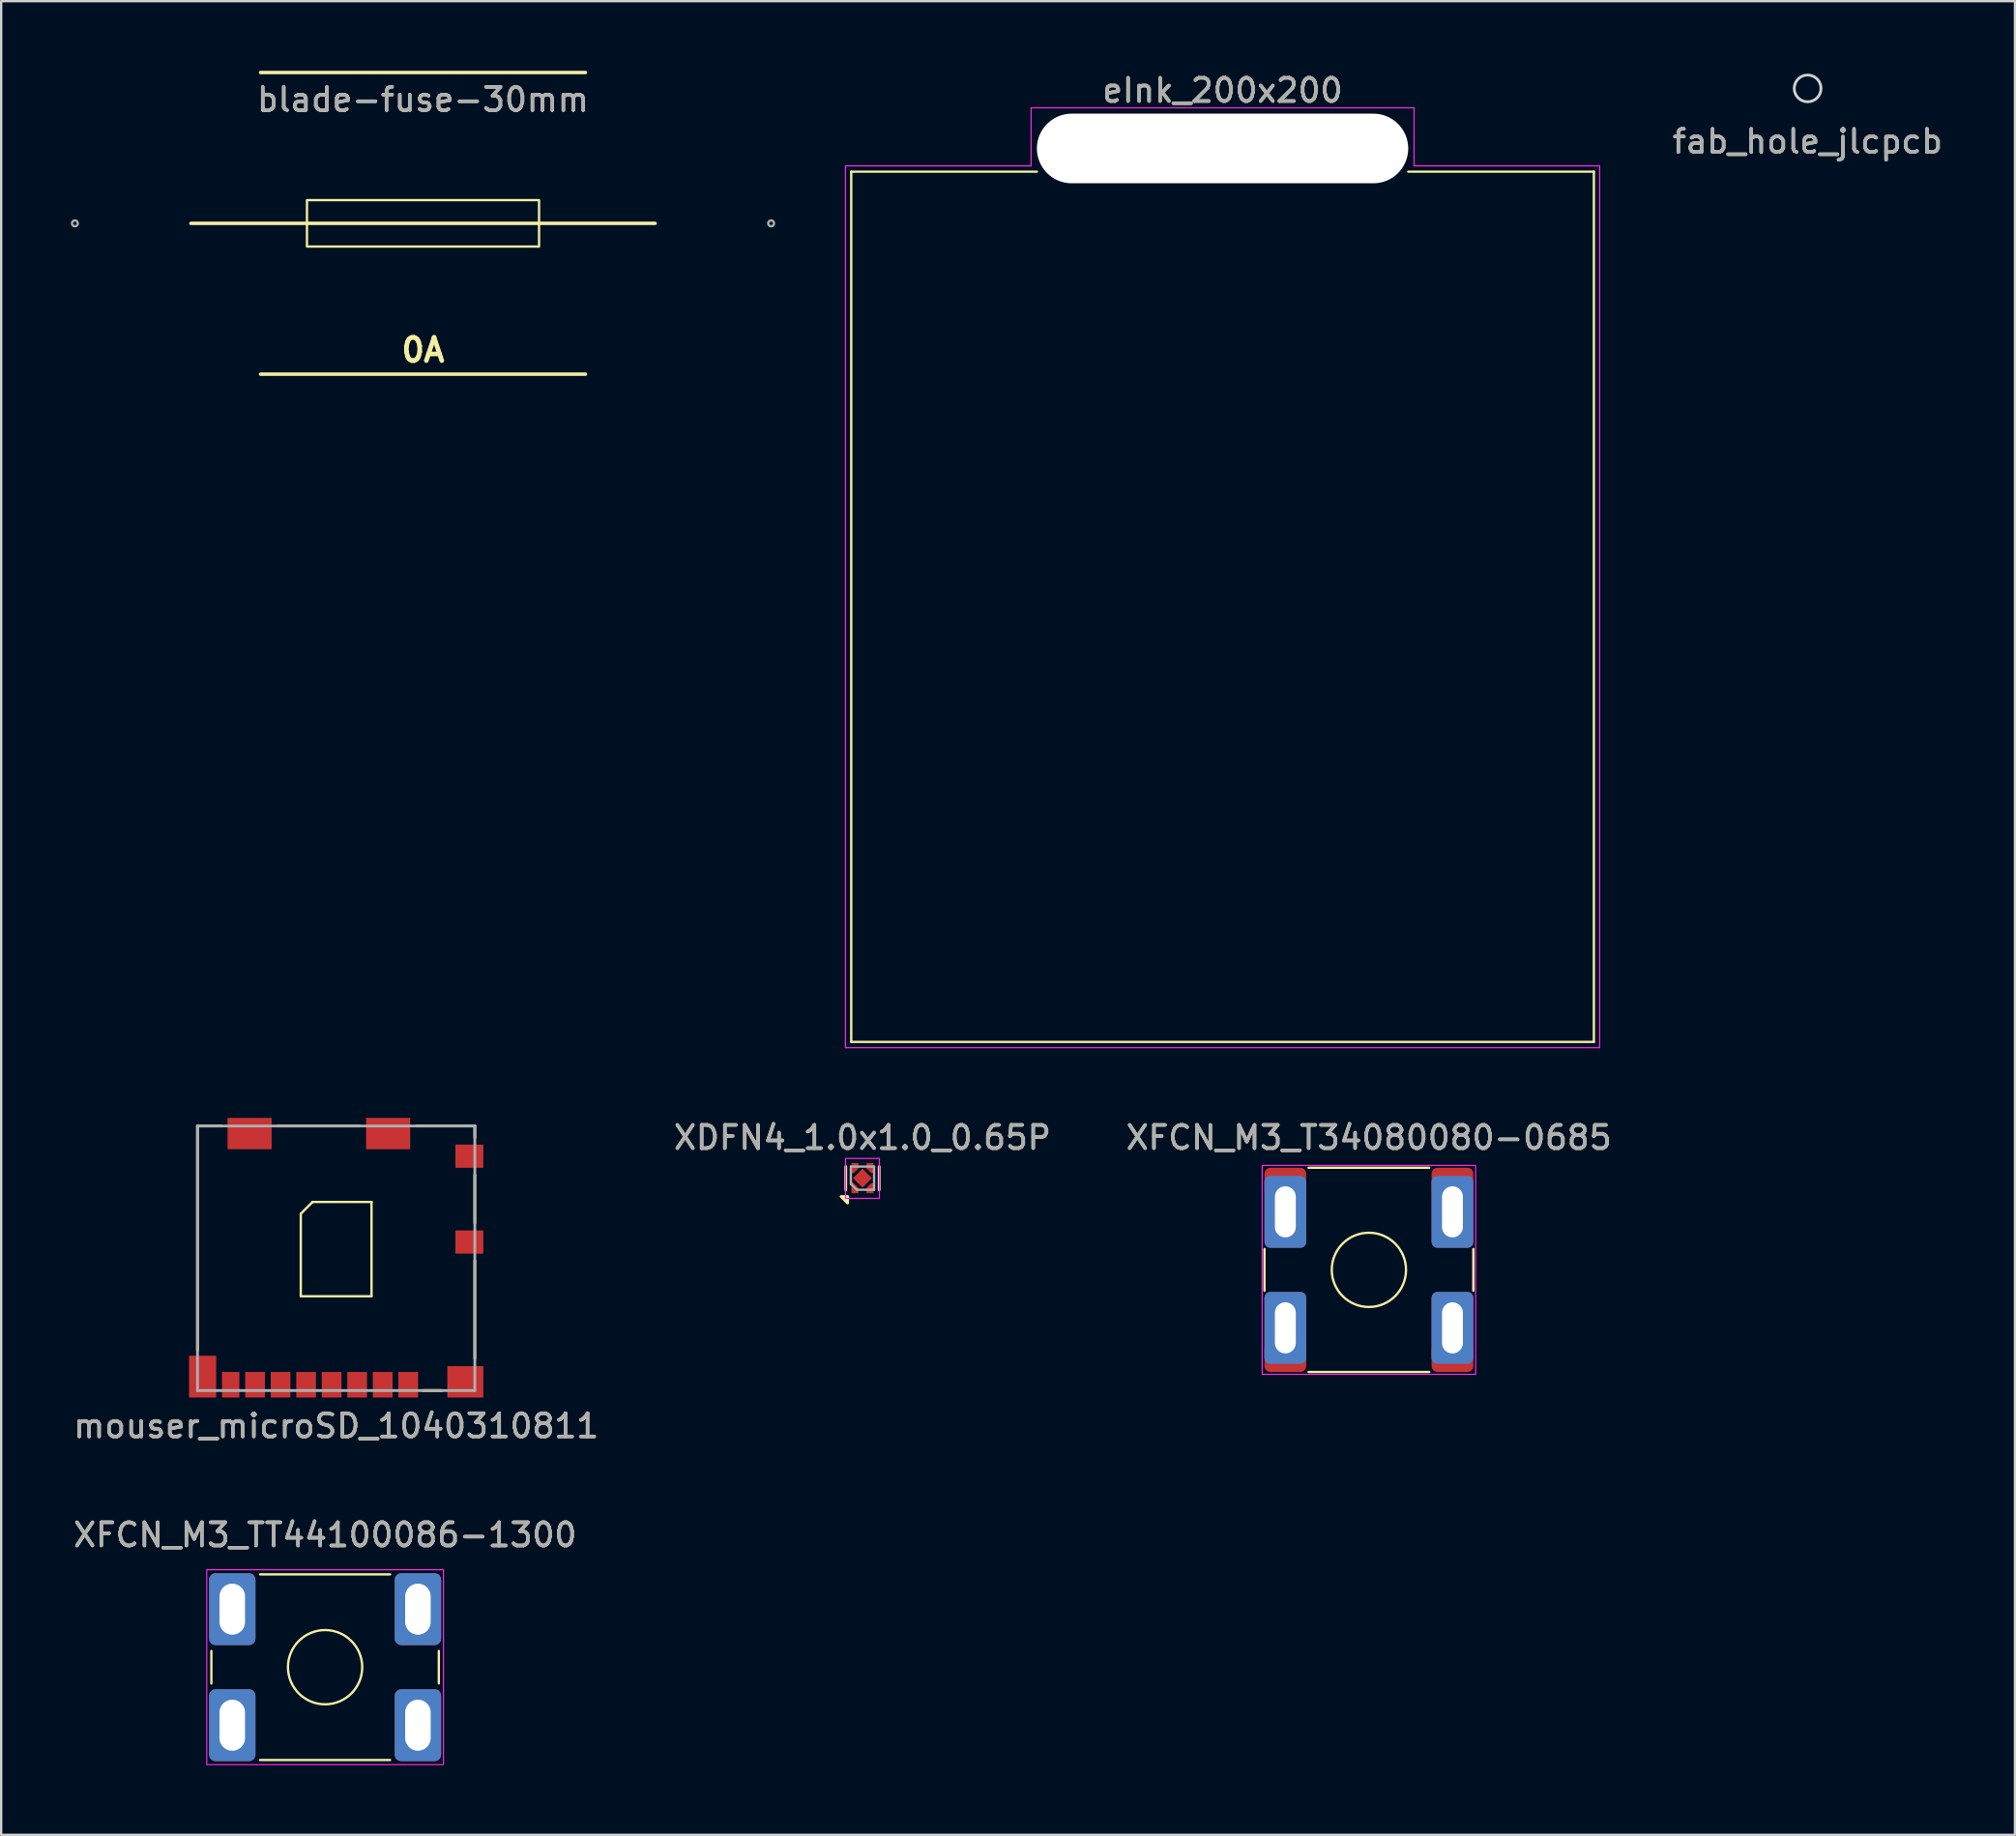
<source format=kicad_pcb>
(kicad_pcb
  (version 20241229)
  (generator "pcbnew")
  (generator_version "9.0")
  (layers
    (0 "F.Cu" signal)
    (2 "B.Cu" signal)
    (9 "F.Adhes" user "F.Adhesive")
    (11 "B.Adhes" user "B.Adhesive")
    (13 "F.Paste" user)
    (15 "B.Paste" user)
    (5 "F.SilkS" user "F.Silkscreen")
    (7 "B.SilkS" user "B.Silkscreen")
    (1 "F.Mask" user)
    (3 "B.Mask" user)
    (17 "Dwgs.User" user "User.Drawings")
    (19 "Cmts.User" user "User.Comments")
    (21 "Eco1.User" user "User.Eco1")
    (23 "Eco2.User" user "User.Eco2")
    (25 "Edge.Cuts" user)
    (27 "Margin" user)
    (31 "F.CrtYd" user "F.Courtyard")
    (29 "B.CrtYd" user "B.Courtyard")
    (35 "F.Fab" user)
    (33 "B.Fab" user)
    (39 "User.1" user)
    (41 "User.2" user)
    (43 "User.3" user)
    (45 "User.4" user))
  (footprint "XFCN_M3_T34080080-0685"
    (layer "F.Cu")
    (at 55.935 51.672)
    (property "Reference" "XFCN_M3_T34080080-0685" (at 0 -5.7 0) (unlocked yes) (layer "F.SilkS") (effects (font (size 1 1) (thickness 0.15))))
    (attr through_hole)
    (fp_line (start -4.5 0.9) (end -4.5 -0.9) (stroke (width 0.1) (type default)) (layer "F.SilkS"))
    (fp_line (start -2.6 -4.4) (end 2.6 -4.4) (stroke (width 0.1) (type default)) (layer "F.SilkS"))
    (fp_line (start 2.6 4.4) (end -2.6 4.4) (stroke (width 0.1) (type default)) (layer "F.SilkS"))
    (fp_line (start 4.5 -0.9) (end 4.5 0.9) (stroke (width 0.1) (type default)) (layer "F.SilkS"))
    (fp_circle (center 0 0) (end 0 -1.6) (stroke (width 0.1) (type default)) (fill no) (layer "F.SilkS"))
    (fp_rect (start -4.6 -4.5) (end 4.6 4.5) (stroke (width 0.05) (type default)) (fill no) (layer "F.CrtYd"))
    (fp_text user "${REFERENCE}" (at 0 -5.7 0) (unlocked yes) (layer "F.Fab") (effects (font (size 1 1) (thickness 0.15))))
    (pad "1" smd roundrect (at -3.6 -3.775) (size 1.8 1.25) (layers "F.Cu" "F.Mask") (roundrect_rratio 0.2))
    (pad "1" thru_hole roundrect (at -3.6 -2.5) (size 1.8 3.1) (drill oval 0.9 2.2) (layers "*.Cu" "*.Mask") (roundrect_rratio 0.139))
    (pad "1" thru_hole roundrect (at -3.6 2.5 180) (size 1.8 3.1) (drill oval 0.9 2.2) (layers "*.Cu" "*.Mask") (roundrect_rratio 0.139))
    (pad "1" smd roundrect (at -3.6 3.775 180) (size 1.8 1.25) (layers "F.Cu" "F.Mask") (roundrect_rratio 0.2))
    (pad "1" smd roundrect (at 3.6 -3.775) (size 1.8 1.25) (layers "F.Cu" "F.Mask") (roundrect_rratio 0.2))
    (pad "1" thru_hole roundrect (at 3.6 -2.5) (size 1.8 3.1) (drill oval 0.9 2.2) (layers "*.Cu" "*.Mask") (roundrect_rratio 0.139))
    (pad "1" thru_hole roundrect (at 3.6 2.5 180) (size 1.8 3.1) (drill oval 0.9 2.2) (layers "*.Cu" "*.Mask") (roundrect_rratio 0.139))
    (pad "1" smd roundrect (at 3.6 3.775 180) (size 1.8 1.25) (layers "F.Cu" "F.Mask") (roundrect_rratio 0.2)))
  (footprint "XDFN4_1.0x1.0_0.65P"
    (layer "F.Cu")
    (at 34.113 47.721)
    (property "Reference" "XDFN4_1.0x1.0_0.65P" (at 0 -1.75 0) (unlocked yes) (layer "F.SilkS") (effects (font (size 1 1) (thickness 0.15))))
    (attr smd)
    (fp_line (start -0.72 -0.5) (end -0.72 0.5) (stroke (width 0.12) (type solid)) (layer "F.SilkS"))
    (fp_line (start 0.72 0.5) (end 0.72 -0.5) (stroke (width 0.12) (type solid)) (layer "F.SilkS"))
    (fp_poly (pts (xy -0.64 0.79) (xy -0.64 1.07) (xy -0.92 0.79) (xy -0.64 0.79)) (stroke (width 0.12) (type solid)) (fill yes) (layer "F.SilkS"))
    (fp_line (start -0.73 -0.85) (end 0.73 -0.85) (stroke (width 0.05) (type solid)) (layer "F.CrtYd"))
    (fp_line (start -0.73 0.87) (end -0.73 -0.85) (stroke (width 0.05) (type solid)) (layer "F.CrtYd"))
    (fp_line (start 0.73 -0.85) (end 0.73 0.87) (stroke (width 0.05) (type solid)) (layer "F.CrtYd"))
    (fp_line (start 0.73 0.87) (end -0.73 0.87) (stroke (width 0.05) (type solid)) (layer "F.CrtYd"))
    (fp_line (start -0.5 -0.5) (end 0.5 -0.5) (stroke (width 0.1) (type solid)) (layer "F.Fab"))
    (fp_line (start -0.5 0.25) (end -0.5 -0.5) (stroke (width 0.1) (type solid)) (layer "F.Fab"))
    (fp_line (start -0.25 0.5) (end -0.5 0.25) (stroke (width 0.1) (type solid)) (layer "F.Fab"))
    (fp_line (start 0.5 -0.5) (end 0.5 0.5) (stroke (width 0.1) (type solid)) (layer "F.Fab"))
    (fp_line (start 0.5 0.5) (end -0.25 0.5) (stroke (width 0.1) (type solid)) (layer "F.Fab"))
    (fp_text user "${REFERENCE}" (at 0 -1.75 0) (layer "F.Fab") (effects (font (size 1 1) (thickness 0.15))))
    (pad "1" smd custom (at -0.325 0.475) (size 0.105 0.11) (layers "F.Cu" "F.Mask" "F.Paste") (options (anchor rect)) (primitives (gr_poly (pts (xy -0.15 0.175) (xy -0.15 -0.355) (xy 0.15 -0.055) (xy 0.15 0.175)) (width 0) (fill yes))))
    (pad "2" smd custom (at 0.325 0.525) (size 0.075 0.075) (layers "F.Cu" "F.Mask" "F.Paste") (options (anchor rect)) (primitives (gr_poly (pts (xy 0.15 0.125) (xy 0.15 -0.305) (xy 0.05 -0.305) (xy -0.15 -0.105) (xy -0.15 0.125)) (width 0) (fill yes))))
    (pad "3" smd custom (at 0.237 -0.537) (size 0.075 0.075) (layers "F.Cu" "F.Mask" "F.Paste") (options (anchor rect)) (primitives (gr_poly (pts (xy 0.237 -0.113) (xy 0.237 0.318) (xy 0.138 0.318) (xy -0.062 0.117) (xy -0.062 -0.113)) (width 0) (fill yes))))
    (pad "4" smd custom (at -0.325 -0.5) (size 0.05 0.05) (layers "F.Cu" "F.Mask" "F.Paste") (options (anchor rect)) (primitives (gr_poly (pts (xy -0.15 -0.15) (xy -0.15 0.28) (xy -0.05 0.28) (xy 0.15 0.08) (xy 0.15 -0.15)) (width 0) (fill yes))))
    (pad "5" smd rect (at 0 0 225) (size 0.58 0.58) (layers "F.Cu" "F.Mask" "F.Paste")))
  (footprint "blade-fuse-30mm"
    (layer "F.Cu")
    (at 15.177 6.575)
    (property "Reference" "blade-fuse-30mm" (at 0 -5.334 0) (unlocked yes) (layer "F.SilkS") (effects (font (size 1 1) (thickness 0.15))))
    (property "Current" "0A" (at 0 5.461 0) (unlocked yes) (layer "F.SilkS") (effects (font (size 1 1) (thickness 0.2) (bold yes))))
    (attr smd)
    (fp_line (start -10 0) (end 10 0) (stroke (width 0.15) (type default)) (layer "F.SilkS"))
    (fp_line (start -7 -6.5) (end 7 -6.5) (stroke (width 0.15) (type default)) (layer "F.SilkS"))
    (fp_line (start -7 6.5) (end 7 6.5) (stroke (width 0.15) (type default)) (layer "F.SilkS"))
    (fp_rect (start -5 -1) (end 5 1) (stroke (width 0.1) (type default)) (fill no) (layer "F.SilkS"))
    (fp_circle (center -15 0) (end -14.873 0) (stroke (width 0.1) (type default)) (fill no) (layer "F.Fab"))
    (fp_circle (center 15 0) (end 15.127 0) (stroke (width 0.1) (type default)) (fill no) (layer "F.Fab"))
    (fp_text user "${REFERENCE}" (at 0 -5.334 0) (unlocked yes) (layer "F.Fab") (effects (font (size 1 1) (thickness 0.15)))))
  (footprint "mouser_microSD_1040310811"
    (layer "F.Cu")
    (at 11.435 56.873)
    (property "Reference" "mouser_microSD_1040310811" (at 0 1.524 0) (layer "F.SilkS") (effects (font (size 1 1) (thickness 0.15))))
    (attr smd)
    (fp_line (start -5.975 -11.4) (end -5.975 -1.721) (stroke (width 0.12) (type solid)) (layer "F.SilkS"))
    (fp_line (start -5.975 -11.4) (end -4.914 -11.4) (stroke (width 0.12) (type solid)) (layer "F.SilkS"))
    (fp_line (start -2.5 -11.4) (end 1 -11.4) (stroke (width 0.12) (type solid)) (layer "F.SilkS"))
    (fp_line (start -1.524 -7.62) (end -1.524 -4.064) (stroke (width 0.1) (type default)) (layer "F.SilkS"))
    (fp_line (start -1.524 -4.064) (end 1.524 -4.064) (stroke (width 0.1) (type default)) (layer "F.SilkS"))
    (fp_line (start -1.016 -8.128) (end -1.524 -7.62) (stroke (width 0.1) (type default)) (layer "F.SilkS"))
    (fp_line (start -1.016 -8.128) (end 1.524 -8.128) (stroke (width 0.1) (type default)) (layer "F.SilkS"))
    (fp_line (start 1.524 -4.064) (end 1.524 -8.128) (stroke (width 0.1) (type default)) (layer "F.SilkS"))
    (fp_line (start 3.739 0) (end 4.56 0) (stroke (width 0.12) (type solid)) (layer "F.SilkS"))
    (fp_line (start 5.975 -11.4) (end 3.455 -11.4) (stroke (width 0.12) (type solid)) (layer "F.SilkS"))
    (fp_line (start 5.975 -11.4) (end 5.975 -10.9) (stroke (width 0.12) (type solid)) (layer "F.SilkS"))
    (fp_line (start 5.975 -9.297) (end 5.975 -7.216) (stroke (width 0.12) (type solid)) (layer "F.SilkS"))
    (fp_line (start 5.975 -5.601) (end 5.975 -1.367) (stroke (width 0.12) (type solid)) (layer "F.SilkS"))
    (fp_line (start -5.975 -11.4) (end 5.975 -11.4) (stroke (width 0.12) (type solid)) (layer "F.Fab"))
    (fp_line (start -5.975 0) (end -5.975 -11.4) (stroke (width 0.12) (type solid)) (layer "F.Fab"))
    (fp_line (start 5.975 -11.4) (end 5.975 0) (stroke (width 0.12) (type solid)) (layer "F.Fab"))
    (fp_line (start 5.975 0) (end -5.975 0) (stroke (width 0.12) (type solid)) (layer "F.Fab"))
    (fp_text user "${REFERENCE}" (at 0 1.524 180) (layer "F.Fab") (effects (font (size 1 1) (thickness 0.15))))
    (pad "1" smd rect (at 3.105 -0.25) (size 0.85 1.1) (layers "F.Cu" "F.Mask" "F.Paste"))
    (pad "2" smd rect (at 2.005 -0.25) (size 0.85 1.1) (layers "F.Cu" "F.Mask" "F.Paste"))
    (pad "3" smd rect (at 0.905 -0.25) (size 0.85 1.1) (layers "F.Cu" "F.Mask" "F.Paste"))
    (pad "4" smd rect (at -0.195 -0.25) (size 0.85 1.1) (layers "F.Cu" "F.Mask" "F.Paste"))
    (pad "5" smd rect (at -1.295 -0.25) (size 0.85 1.1) (layers "F.Cu" "F.Mask" "F.Paste"))
    (pad "6" smd rect (at -2.395 -0.25) (size 0.85 1.1) (layers "F.Cu" "F.Mask" "F.Paste"))
    (pad "7" smd rect (at -3.495 -0.25) (size 0.85 1.1) (layers "F.Cu" "F.Mask" "F.Paste"))
    (pad "8" smd rect (at -4.545 -0.25) (size 0.75 1.1) (layers "F.Cu" "F.Mask" "F.Paste"))
    (pad "9" smd rect (at 5.74 -10.1 90) (size 1 1.2) (layers "F.Cu" "F.Mask" "F.Paste"))
    (pad "10" smd rect (at 5.74 -6.4 90) (size 1 1.2) (layers "F.Cu" "F.Mask" "F.Paste"))
    (pad "11" smd rect (at -5.755 -0.6) (size 1.17 1.8) (layers "F.Cu" "F.Mask" "F.Paste"))
    (pad "11" smd rect (at -3.73 -11.075 90) (size 1.35 1.9) (layers "F.Cu" "F.Mask" "F.Paste"))
    (pad "11" smd rect (at 2.24 -11.075 90) (size 1.35 1.9) (layers "F.Cu" "F.Mask" "F.Paste"))
    (pad "11" smd rect (at 5.565 -0.375 90) (size 1.35 1.55) (layers "F.Cu" "F.Mask" "F.Paste")))
  (footprint "fab_hole_jlcpcb"
    (layer "F.Cu")
    (at 74.839 0.76)
    (property "Reference" "fab_hole_jlcpcb" (at 0 2.286 0) (unlocked yes) (layer "F.SilkS") (effects (font (size 1 1) (thickness 0.15))))
    (attr through_hole)
    (fp_circle (center 0 0) (end 0.7 0) (stroke (width 0.12) (type solid)) (fill yes) (layer "F.Mask"))
    (fp_circle (center 0 0) (end 0.7 0) (stroke (width 0.12) (type solid)) (fill yes) (layer "B.Mask"))
    (fp_circle (center 0 0) (end 0.576 0) (stroke (width 0.12) (type solid)) (fill no) (layer "Edge.Cuts"))
    (fp_text user "${REFERENCE}" (at 0 2.286 0) (unlocked yes) (layer "F.Fab") (effects (font (size 1 1) (thickness 0.15)))))
  (footprint "XFCN_M3_TT44100086-1300"
    (layer "F.Cu")
    (at 10.958 68.794)
    (property "Reference" "XFCN_M3_TT44100086-1300" (at 0 -5.7 0) (unlocked yes) (layer "F.SilkS") (effects (font (size 1 1) (thickness 0.15))))
    (attr through_hole)
    (fp_line (start -4.9 0.7) (end -4.9 -0.7) (stroke (width 0.1) (type default)) (layer "F.SilkS"))
    (fp_line (start -2.8 -4) (end 2.8 -4) (stroke (width 0.1) (type default)) (layer "F.SilkS"))
    (fp_line (start 2.8 4) (end -2.8 4) (stroke (width 0.1) (type default)) (layer "F.SilkS"))
    (fp_line (start 4.9 -0.7) (end 4.9 0.7) (stroke (width 0.1) (type default)) (layer "F.SilkS"))
    (fp_circle (center 0 0) (end 0 -1.6) (stroke (width 0.1) (type default)) (fill no) (layer "F.SilkS"))
    (fp_rect (start -5.1 -4.2) (end 5.1 4.2) (stroke (width 0.05) (type default)) (fill no) (layer "F.CrtYd"))
    (fp_text user "${REFERENCE}" (at 0 -5.7 0) (unlocked yes) (layer "F.Fab") (effects (font (size 1 1) (thickness 0.15))))
    (pad "1" thru_hole roundrect (at -4 -2.5) (size 2 3.1) (drill oval 1.1 2.2) (layers "*.Cu" "*.Mask") (roundrect_rratio 0.139))
    (pad "1" thru_hole roundrect (at -4 2.5 180) (size 2 3.1) (drill oval 1.1 2.2) (layers "*.Cu" "*.Mask") (roundrect_rratio 0.139))
    (pad "1" thru_hole roundrect (at 4 -2.5) (size 2 3.1) (drill oval 1.1 2.2) (layers "*.Cu" "*.Mask") (roundrect_rratio 0.139))
    (pad "1" thru_hole roundrect (at 4 2.5 180) (size 2 3.1) (drill oval 1.1 2.2) (layers "*.Cu" "*.Mask") (roundrect_rratio 0.139)))
  (footprint "eInk_200x200"
    (layer "F.Cu")
    (at 49.629 23.098)
    (property "Reference" "eInk_200x200" (at 0 -22.25 0) (unlocked yes) (layer "F.SilkS") (effects (font (size 1 1) (thickness 0.15))))
    (fp_line (start -16 -18.75) (end -8 -18.75) (stroke (width 0.1) (type default)) (layer "F.SilkS"))
    (fp_line (start -16 18.75) (end -16 -18.75) (stroke (width 0.1) (type default)) (layer "F.SilkS"))
    (fp_line (start -16 18.75) (end 16 18.75) (stroke (width 0.1) (type default)) (layer "F.SilkS"))
    (fp_line (start 8 -18.75) (end 16 -18.75) (stroke (width 0.1) (type default)) (layer "F.SilkS"))
    (fp_line (start 16 18.75) (end 16 -18.75) (stroke (width 0.1) (type default)) (layer "F.SilkS"))
    (fp_line (start -16.25 -19) (end -8.25 -19) (stroke (width 0.05) (type default)) (layer "F.CrtYd"))
    (fp_line (start -16.25 19) (end -16.25 -19) (stroke (width 0.05) (type default)) (layer "F.CrtYd"))
    (fp_line (start -8.25 -21.5) (end 8.25 -21.5) (stroke (width 0.05) (type default)) (layer "F.CrtYd"))
    (fp_line (start -8.25 -19) (end -8.25 -21.5) (stroke (width 0.05) (type default)) (layer "F.CrtYd"))
    (fp_line (start 8.25 -21.5) (end 8.25 -19) (stroke (width 0.05) (type default)) (layer "F.CrtYd"))
    (fp_line (start 8.25 -19) (end 16.25 -19) (stroke (width 0.05) (type default)) (layer "F.CrtYd"))
    (fp_line (start 16.25 -19) (end 16.25 19) (stroke (width 0.05) (type default)) (layer "F.CrtYd"))
    (fp_line (start 16.25 19) (end -16.25 19) (stroke (width 0.05) (type default)) (layer "F.CrtYd"))
    (fp_text user "${REFERENCE}" (at 0 -22.25 0) (unlocked yes) (layer "F.Fab") (effects (font (size 1 1) (thickness 0.15))))
    (pad "" np_thru_hole oval (at 0 -19.75 90) (size 3 16) (drill oval 3 16) (layers "*.Cu" "*.Mask")))
  (gr_rect
    (start -3 -3)
    (end 83.773 76.019)
    (stroke (width 0.1) (type default))
    (fill no)
    (layer "Edge.Cuts")))
</source>
